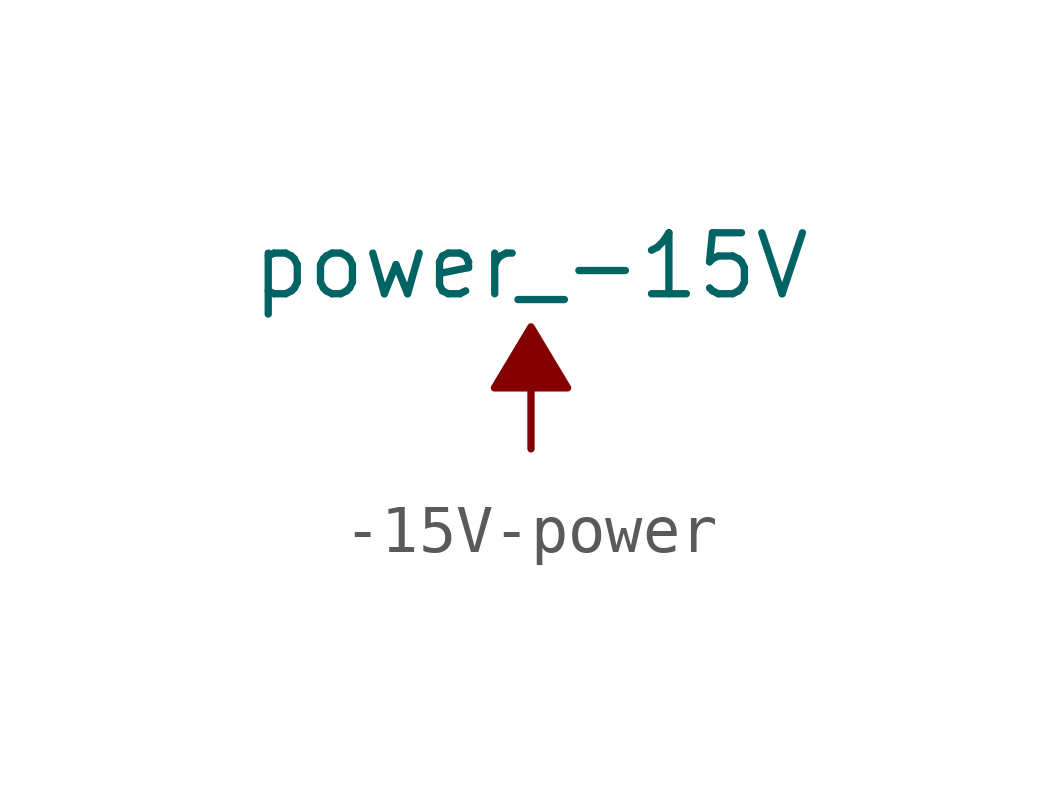
<source format=kicad_sym>
(kicad_symbol_lib
  (version 20231120)
  (generator "kicad_symbol_editor")
  (generator_version "8.0")
  (symbol "-15V-power"
    (power)
    (pin_names
      (offset 0))
    (property "Reference" "#PWR"
      (at 0 2.54 0)
      (effects (font (size 1.27 1.27)) (hide yes)))
    (property "Value" "power_-15V"
      (at 0 3.81 0)
      (effects (font (size 1.27 1.27))))
    (symbol "-15V-power_0_0"
      (pin power_in line (at 0 0 90) (length 0) hide (name "-15V" (effects (font (size 1.27 1.27)))) (number "1" (effects (font (size 1.27 1.27))))))
    (symbol "-15V-power_0_1"
      (polyline (pts (xy 0 0) (xy 0 1.27) (xy 0.762 1.27) (xy 0 2.54) (xy -0.762 1.27) (xy 0 1.27)) (stroke (width 0) (type solid)) (fill (type outline))))))
</source>
